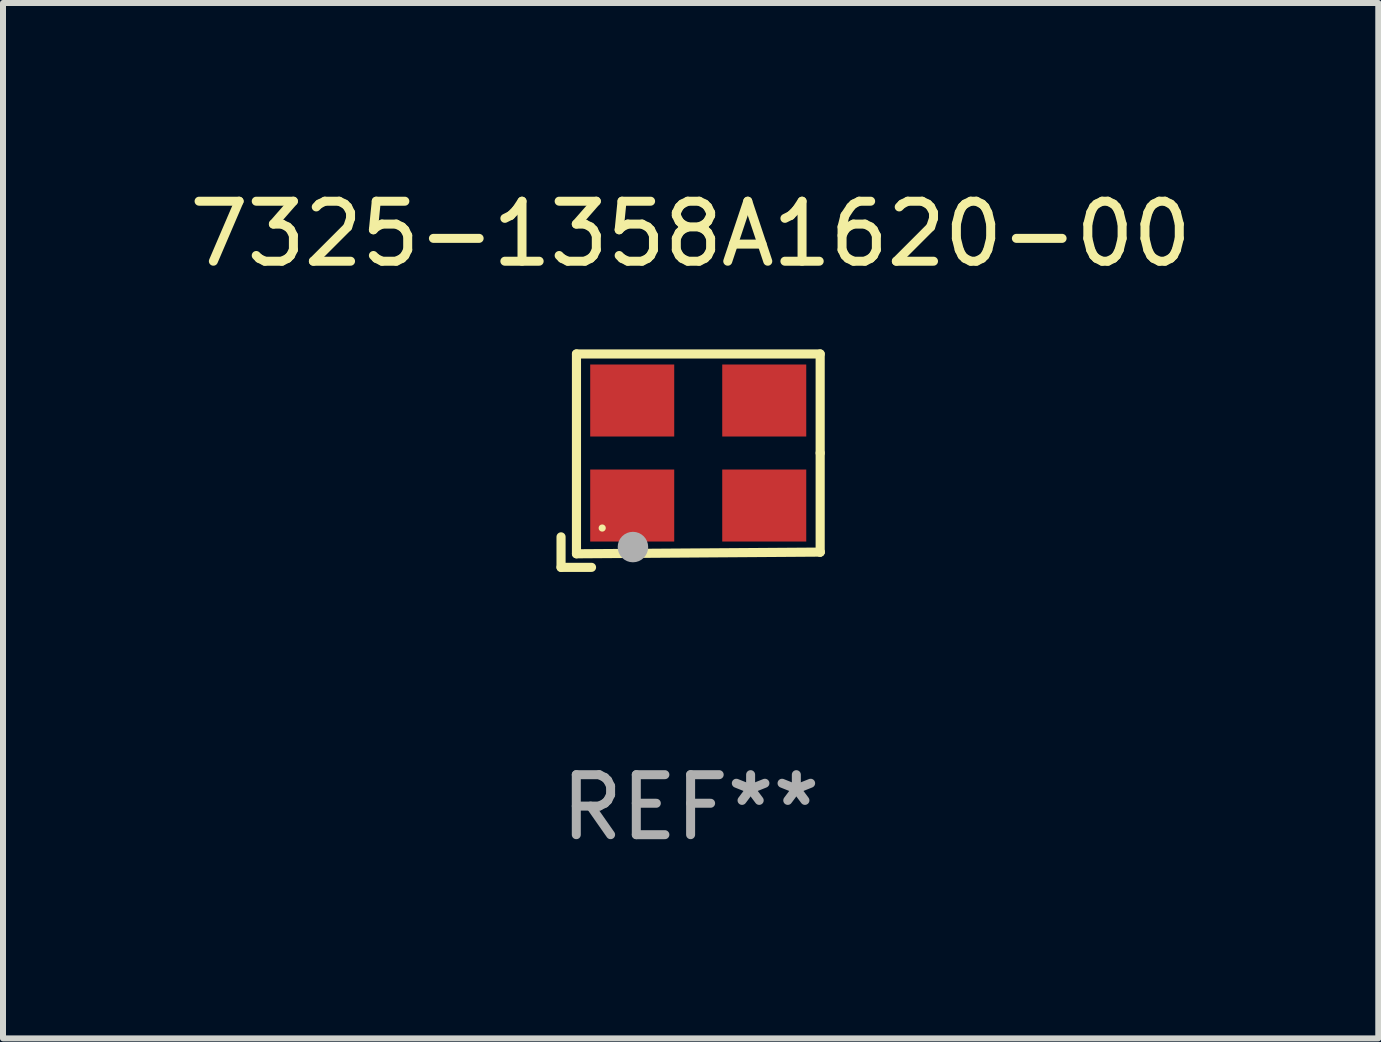
<source format=kicad_pcb>
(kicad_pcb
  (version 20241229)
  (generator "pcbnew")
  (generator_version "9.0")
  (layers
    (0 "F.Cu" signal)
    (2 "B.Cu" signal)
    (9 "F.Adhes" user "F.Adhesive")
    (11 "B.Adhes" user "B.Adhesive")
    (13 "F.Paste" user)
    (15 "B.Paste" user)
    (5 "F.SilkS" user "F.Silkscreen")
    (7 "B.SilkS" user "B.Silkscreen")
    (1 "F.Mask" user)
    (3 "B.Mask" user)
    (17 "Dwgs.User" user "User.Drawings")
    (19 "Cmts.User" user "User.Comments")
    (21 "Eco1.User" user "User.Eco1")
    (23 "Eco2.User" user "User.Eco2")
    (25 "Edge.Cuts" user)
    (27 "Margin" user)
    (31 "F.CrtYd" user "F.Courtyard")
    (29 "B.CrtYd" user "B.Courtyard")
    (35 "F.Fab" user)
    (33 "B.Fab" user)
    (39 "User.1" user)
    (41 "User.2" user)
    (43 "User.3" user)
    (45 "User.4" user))
  (footprint "7325-1358A1620-00"
    (layer "F.Cu")
    (at 8.458 4.626)
    (property "Reference" "7325-1358A1620-00" (at 0 -3.778 0) (layer "F.SilkS") (effects (font (size 1 1) (thickness 0.15))))
    (attr through_hole)
    (fp_line (start -2.159 1.27) (end -2.159 1.778) (stroke (width 0.152) (type solid)) (layer "F.SilkS"))
    (fp_line (start -2.159 1.778) (end -1.651 1.778) (stroke (width 0.152) (type solid)) (layer "F.SilkS"))
    (fp_line (start -1.902 -1.778) (end 2.159 -1.778) (stroke (width 0.152) (type solid)) (layer "F.SilkS"))
    (fp_line (start -1.902 1.552) (end -1.902 -1.778) (stroke (width 0.152) (type solid)) (layer "F.SilkS"))
    (fp_line (start 2.159 -1.778) (end 2.159 -0.127) (stroke (width 0.152) (type solid)) (layer "F.SilkS"))
    (fp_line (start 2.159 -0.127) (end 2.159 1.524) (stroke (width 0.152) (type solid)) (layer "F.SilkS"))
    (fp_line (start 2.159 1.524) (end -1.902 1.552) (stroke (width 0.152) (type solid)) (layer "F.SilkS"))
    (fp_line (start 2.159 1.524) (end 2.159 1.524) (stroke (width 0.152) (type solid)) (layer "F.SilkS"))
    (fp_circle (center -1.473 1.123) (end -1.443 1.123) (stroke (width 0.06) (type solid)) (fill no) (layer "F.SilkS"))
    (fp_circle (center -0.961 1.44) (end -0.834 1.44) (stroke (width 0.254) (type solid)) (fill no) (layer "F.Fab"))
    (fp_text user "REF**" (at 0 5.778 0) (layer "F.Fab") (effects (font (size 1 1) (thickness 0.15))))
    (pad "1" smd rect (at -0.973 0.748) (size 1.4 1.2) (layers "F.Cu" "F.Mask" "F.Paste"))
    (pad "2" smd rect (at 1.227 0.748) (size 1.4 1.2) (layers "F.Cu" "F.Mask" "F.Paste"))
    (pad "3" smd rect (at 1.227 -1.002) (size 1.4 1.2) (layers "F.Cu" "F.Mask" "F.Paste"))
    (pad "4" smd rect (at -0.973 -1.002) (size 1.4 1.2) (layers "F.Cu" "F.Mask" "F.Paste")))
  (gr_rect
    (start -3 -3)
    (end 19.917 14.253)
    (stroke (width 0.1) (type default))
    (fill no)
    (layer "Edge.Cuts")))
</source>
